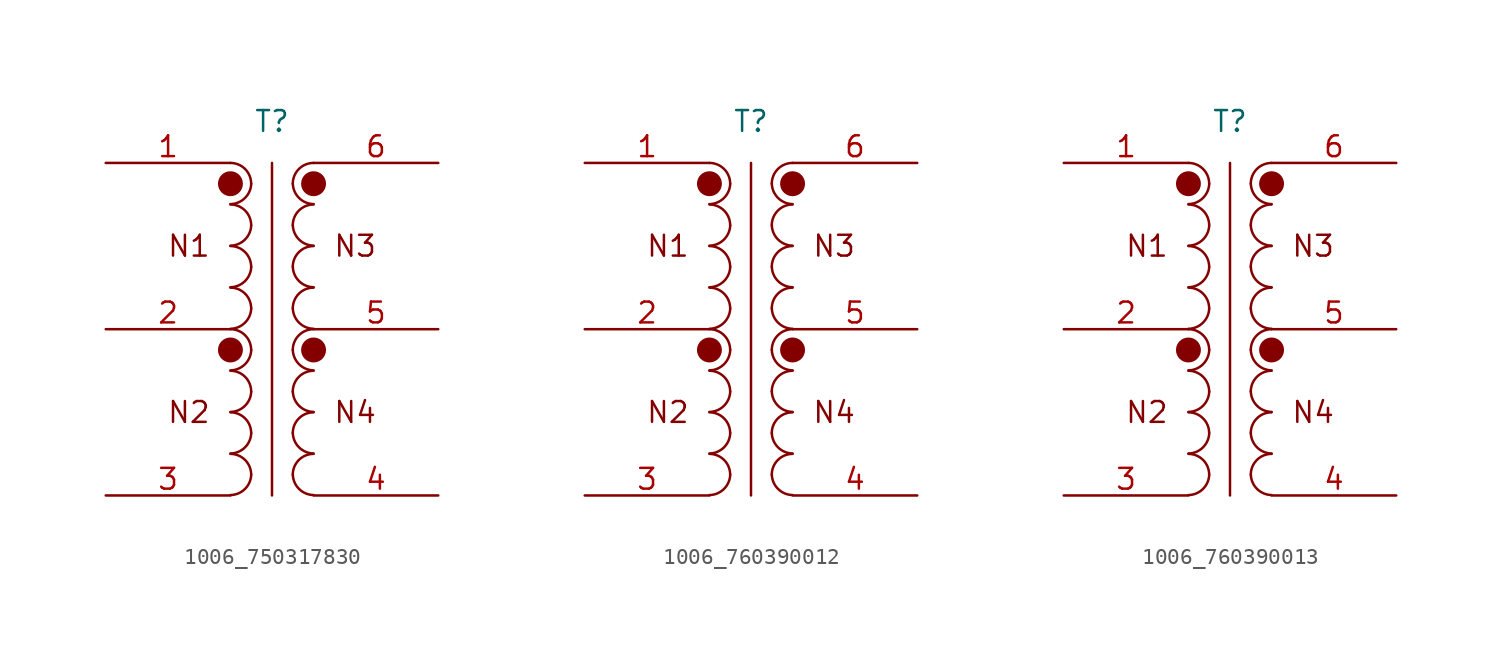
<source format=kicad_sym>
(kicad_symbol_lib
  (version 20220914)
  (generator kicad_symbol_editor)
  (symbol "1006_750317830"
    (pin_names hide)
    (property "Reference" "T"
      (at 0 12.7 0)
      (effects (font (size 1.27 1.27))))
    (property "Critical Parameter" ""
      (at 0 -5.08 0)
      (effects (font (size 1.27 1.27)) (justify left)))
    (symbol "1006_750317830_0_1"
      (arc (start -2.54 -10.1346) (mid -1.6561 -9.7663) (end -1.27 -8.89) (stroke (width 0) (type default)) (fill (type none)))
      (arc (start -2.54 -7.5946) (mid -1.6561 -7.2263) (end -1.27 -6.35) (stroke (width 0) (type default)) (fill (type none)))
      (arc (start -2.54 -5.0546) (mid -1.6561 -4.6863) (end -1.27 -3.81) (stroke (width 0) (type default)) (fill (type none)))
      (arc (start -2.54 -2.5146) (mid -1.6561 -2.1463) (end -1.27 -1.27) (stroke (width 0) (type default)) (fill (type none)))
      (arc (start -2.54 0.0254) (mid -1.6561 0.3937) (end -1.27 1.27) (stroke (width 0) (type default)) (fill (type none)))
      (arc (start -2.54 2.5654) (mid -1.6561 2.9337) (end -1.27 3.81) (stroke (width 0) (type default)) (fill (type none)))
      (arc (start -2.54 5.1054) (mid -1.6561 5.4737) (end -1.27 6.35) (stroke (width 0) (type default)) (fill (type none)))
      (arc (start -2.54 7.6454) (mid -1.6561 8.0137) (end -1.27 8.89) (stroke (width 0) (type default)) (fill (type none)))
      (arc (start -1.27 -8.89) (mid -1.642 -7.992) (end -2.54 -7.62) (stroke (width 0) (type default)) (fill (type none)))
      (arc (start -1.27 -6.35) (mid -1.642 -5.452) (end -2.54 -5.08) (stroke (width 0) (type default)) (fill (type none)))
      (arc (start -1.27 -3.81) (mid -1.642 -2.912) (end -2.54 -2.54) (stroke (width 0) (type default)) (fill (type none)))
      (arc (start -1.27 -1.27) (mid -1.642 -0.372) (end -2.54 0) (stroke (width 0) (type default)) (fill (type none)))
      (arc (start -1.27 1.27) (mid -1.642 2.168) (end -2.54 2.54) (stroke (width 0) (type default)) (fill (type none)))
      (arc (start -1.27 3.81) (mid -1.642 4.708) (end -2.54 5.08) (stroke (width 0) (type default)) (fill (type none)))
      (arc (start -1.27 6.35) (mid -1.642 7.248) (end -2.54 7.62) (stroke (width 0) (type default)) (fill (type none)))
      (arc (start -1.27 8.89) (mid -1.642 9.788) (end -2.54 10.16) (stroke (width 0) (type default)) (fill (type none)))
      (polyline (pts (xy 0 -10.16) (xy 0 10.16)) (stroke (width 0) (type default)) (fill (type none)))
      (arc (start 1.27 -8.89) (mid 1.6561 -9.7663) (end 2.54 -10.1346) (stroke (width 0) (type default)) (fill (type none)))
      (arc (start 1.27 -6.35) (mid 1.6561 -7.2263) (end 2.54 -7.5946) (stroke (width 0) (type default)) (fill (type none)))
      (arc (start 1.27 -3.81) (mid 1.6561 -4.6863) (end 2.54 -5.0546) (stroke (width 0) (type default)) (fill (type none)))
      (arc (start 1.27 -1.27) (mid 1.6561 -2.1463) (end 2.54 -2.5146) (stroke (width 0) (type default)) (fill (type none)))
      (arc (start 1.27 1.27) (mid 1.6561 0.3937) (end 2.54 0.0254) (stroke (width 0) (type default)) (fill (type none)))
      (arc (start 1.27 3.81) (mid 1.6561 2.9337) (end 2.54 2.5654) (stroke (width 0) (type default)) (fill (type none)))
      (arc (start 1.27 6.35) (mid 1.6561 5.4737) (end 2.54 5.1054) (stroke (width 0) (type default)) (fill (type none)))
      (arc (start 1.27 8.89) (mid 1.6561 8.0137) (end 2.54 7.6454) (stroke (width 0) (type default)) (fill (type none)))
      (arc (start 2.54 -7.62) (mid 1.642 -7.992) (end 1.27 -8.89) (stroke (width 0) (type default)) (fill (type none)))
      (arc (start 2.54 -5.08) (mid 1.642 -5.452) (end 1.27 -6.35) (stroke (width 0) (type default)) (fill (type none)))
      (arc (start 2.54 -2.54) (mid 1.642 -2.912) (end 1.27 -3.81) (stroke (width 0) (type default)) (fill (type none)))
      (arc (start 2.54 0) (mid 1.642 -0.372) (end 1.27 -1.27) (stroke (width 0) (type default)) (fill (type none)))
      (arc (start 2.54 2.54) (mid 1.642 2.168) (end 1.27 1.27) (stroke (width 0) (type default)) (fill (type none)))
      (arc (start 2.54 5.08) (mid 1.642 4.708) (end 1.27 3.81) (stroke (width 0) (type default)) (fill (type none)))
      (arc (start 2.54 7.62) (mid 1.642 7.248) (end 1.27 6.35) (stroke (width 0) (type default)) (fill (type none)))
      (arc (start 2.54 10.16) (mid 1.642 9.788) (end 1.27 8.89) (stroke (width 0) (type default)) (fill (type none))))
    (symbol "1006_750317830_1_1"
      (circle (center -2.54 -1.27) (radius 0.0001) (stroke (width 0.762) (type default)) (fill (type none)))
      (circle (center -2.54 8.89) (radius 0.0001) (stroke (width 0.762) (type default)) (fill (type none)))
      (circle (center 2.54 -1.27) (radius 0.0001) (stroke (width 0.762) (type default)) (fill (type none)))
      (circle (center 2.54 8.89) (radius 0.0001) (stroke (width 0.762) (type default)) (fill (type none)))
      (text "N1" (at -5.08 5.08 0) (effects (font (size 1.27 1.27))))
      (text "N2" (at -5.08 -5.08 0) (effects (font (size 1.27 1.27))))
      (text "N3" (at 5.08 5.08 0) (effects (font (size 1.27 1.27))))
      (text "N4" (at 5.08 -5.08 0) (effects (font (size 1.27 1.27))))
      (pin passive line (at -10.16 10.16 0) (length 7.62) (name "1" (effects (font (size 1.27 1.27)))) (number "1" (effects (font (size 1.27 1.27)))))
      (pin passive line (at -10.16 0 0) (length 7.62) (name "2" (effects (font (size 1.27 1.27)))) (number "2" (effects (font (size 1.27 1.27)))))
      (pin passive line (at -10.16 -10.16 0) (length 7.62) (name "3" (effects (font (size 1.27 1.27)))) (number "3" (effects (font (size 1.27 1.27)))))
      (pin passive line (at 10.16 -10.16 180) (length 7.62) (name "4" (effects (font (size 1.27 1.27)))) (number "4" (effects (font (size 1.27 1.27)))))
      (pin passive line (at 10.16 0 180) (length 7.62) (name "5" (effects (font (size 1.27 1.27)))) (number "5" (effects (font (size 1.27 1.27)))))
      (pin passive line (at 10.16 10.16 180) (length 7.62) (name "6" (effects (font (size 1.27 1.27)))) (number "6" (effects (font (size 1.27 1.27)))))))
  (symbol "1006_760390012"
    (pin_names hide)
    (property "Reference" "T"
      (at 0 12.7 0)
      (effects (font (size 1.27 1.27))))
    (property "Critical Parameter" ""
      (at 0 -5.08 0)
      (effects (font (size 1.27 1.27)) (justify left)))
    (symbol "1006_760390012_0_1"
      (arc (start -2.54 -10.1346) (mid -1.6561 -9.7663) (end -1.27 -8.89) (stroke (width 0) (type default)) (fill (type none)))
      (arc (start -2.54 -7.5946) (mid -1.6561 -7.2263) (end -1.27 -6.35) (stroke (width 0) (type default)) (fill (type none)))
      (arc (start -2.54 -5.0546) (mid -1.6561 -4.6863) (end -1.27 -3.81) (stroke (width 0) (type default)) (fill (type none)))
      (arc (start -2.54 -2.5146) (mid -1.6561 -2.1463) (end -1.27 -1.27) (stroke (width 0) (type default)) (fill (type none)))
      (arc (start -2.54 0.0254) (mid -1.6561 0.3937) (end -1.27 1.27) (stroke (width 0) (type default)) (fill (type none)))
      (arc (start -2.54 2.5654) (mid -1.6561 2.9337) (end -1.27 3.81) (stroke (width 0) (type default)) (fill (type none)))
      (arc (start -2.54 5.1054) (mid -1.6561 5.4737) (end -1.27 6.35) (stroke (width 0) (type default)) (fill (type none)))
      (arc (start -2.54 7.6454) (mid -1.6561 8.0137) (end -1.27 8.89) (stroke (width 0) (type default)) (fill (type none)))
      (arc (start -1.27 -8.89) (mid -1.642 -7.992) (end -2.54 -7.62) (stroke (width 0) (type default)) (fill (type none)))
      (arc (start -1.27 -6.35) (mid -1.642 -5.452) (end -2.54 -5.08) (stroke (width 0) (type default)) (fill (type none)))
      (arc (start -1.27 -3.81) (mid -1.642 -2.912) (end -2.54 -2.54) (stroke (width 0) (type default)) (fill (type none)))
      (arc (start -1.27 -1.27) (mid -1.642 -0.372) (end -2.54 0) (stroke (width 0) (type default)) (fill (type none)))
      (arc (start -1.27 1.27) (mid -1.642 2.168) (end -2.54 2.54) (stroke (width 0) (type default)) (fill (type none)))
      (arc (start -1.27 3.81) (mid -1.642 4.708) (end -2.54 5.08) (stroke (width 0) (type default)) (fill (type none)))
      (arc (start -1.27 6.35) (mid -1.642 7.248) (end -2.54 7.62) (stroke (width 0) (type default)) (fill (type none)))
      (arc (start -1.27 8.89) (mid -1.642 9.788) (end -2.54 10.16) (stroke (width 0) (type default)) (fill (type none)))
      (polyline (pts (xy 0 -10.16) (xy 0 10.16)) (stroke (width 0) (type default)) (fill (type none)))
      (arc (start 1.27 -8.89) (mid 1.6561 -9.7663) (end 2.54 -10.1346) (stroke (width 0) (type default)) (fill (type none)))
      (arc (start 1.27 -6.35) (mid 1.6561 -7.2263) (end 2.54 -7.5946) (stroke (width 0) (type default)) (fill (type none)))
      (arc (start 1.27 -3.81) (mid 1.6561 -4.6863) (end 2.54 -5.0546) (stroke (width 0) (type default)) (fill (type none)))
      (arc (start 1.27 -1.27) (mid 1.6561 -2.1463) (end 2.54 -2.5146) (stroke (width 0) (type default)) (fill (type none)))
      (arc (start 1.27 1.27) (mid 1.6561 0.3937) (end 2.54 0.0254) (stroke (width 0) (type default)) (fill (type none)))
      (arc (start 1.27 3.81) (mid 1.6561 2.9337) (end 2.54 2.5654) (stroke (width 0) (type default)) (fill (type none)))
      (arc (start 1.27 6.35) (mid 1.6561 5.4737) (end 2.54 5.1054) (stroke (width 0) (type default)) (fill (type none)))
      (arc (start 1.27 8.89) (mid 1.6561 8.0137) (end 2.54 7.6454) (stroke (width 0) (type default)) (fill (type none)))
      (arc (start 2.54 -7.62) (mid 1.642 -7.992) (end 1.27 -8.89) (stroke (width 0) (type default)) (fill (type none)))
      (arc (start 2.54 -5.08) (mid 1.642 -5.452) (end 1.27 -6.35) (stroke (width 0) (type default)) (fill (type none)))
      (arc (start 2.54 -2.54) (mid 1.642 -2.912) (end 1.27 -3.81) (stroke (width 0) (type default)) (fill (type none)))
      (arc (start 2.54 0) (mid 1.642 -0.372) (end 1.27 -1.27) (stroke (width 0) (type default)) (fill (type none)))
      (arc (start 2.54 2.54) (mid 1.642 2.168) (end 1.27 1.27) (stroke (width 0) (type default)) (fill (type none)))
      (arc (start 2.54 5.08) (mid 1.642 4.708) (end 1.27 3.81) (stroke (width 0) (type default)) (fill (type none)))
      (arc (start 2.54 7.62) (mid 1.642 7.248) (end 1.27 6.35) (stroke (width 0) (type default)) (fill (type none)))
      (arc (start 2.54 10.16) (mid 1.642 9.788) (end 1.27 8.89) (stroke (width 0) (type default)) (fill (type none))))
    (symbol "1006_760390012_1_1"
      (circle (center -2.54 -1.27) (radius 0.0001) (stroke (width 0.762) (type default)) (fill (type none)))
      (circle (center -2.54 8.89) (radius 0.0001) (stroke (width 0.762) (type default)) (fill (type none)))
      (circle (center 2.54 -1.27) (radius 0.0001) (stroke (width 0.762) (type default)) (fill (type none)))
      (circle (center 2.54 8.89) (radius 0.0001) (stroke (width 0.762) (type default)) (fill (type none)))
      (text "N1" (at -5.08 5.08 0) (effects (font (size 1.27 1.27))))
      (text "N2" (at -5.08 -5.08 0) (effects (font (size 1.27 1.27))))
      (text "N3" (at 5.08 5.08 0) (effects (font (size 1.27 1.27))))
      (text "N4" (at 5.08 -5.08 0) (effects (font (size 1.27 1.27))))
      (pin passive line (at -10.16 10.16 0) (length 7.62) (name "1" (effects (font (size 1.27 1.27)))) (number "1" (effects (font (size 1.27 1.27)))))
      (pin passive line (at -10.16 0 0) (length 7.62) (name "2" (effects (font (size 1.27 1.27)))) (number "2" (effects (font (size 1.27 1.27)))))
      (pin passive line (at -10.16 -10.16 0) (length 7.62) (name "3" (effects (font (size 1.27 1.27)))) (number "3" (effects (font (size 1.27 1.27)))))
      (pin passive line (at 10.16 -10.16 180) (length 7.62) (name "4" (effects (font (size 1.27 1.27)))) (number "4" (effects (font (size 1.27 1.27)))))
      (pin passive line (at 10.16 0 180) (length 7.62) (name "5" (effects (font (size 1.27 1.27)))) (number "5" (effects (font (size 1.27 1.27)))))
      (pin passive line (at 10.16 10.16 180) (length 7.62) (name "6" (effects (font (size 1.27 1.27)))) (number "6" (effects (font (size 1.27 1.27)))))))
  (symbol "1006_760390013"
    (pin_names hide)
    (property "Reference" "T"
      (at 0 12.7 0)
      (effects (font (size 1.27 1.27))))
    (property "Critical Parameter" ""
      (at 0 -5.08 0)
      (effects (font (size 1.27 1.27)) (justify left)))
    (symbol "1006_760390013_0_1"
      (arc (start -2.54 -10.1346) (mid -1.6561 -9.7663) (end -1.27 -8.89) (stroke (width 0) (type default)) (fill (type none)))
      (arc (start -2.54 -7.5946) (mid -1.6561 -7.2263) (end -1.27 -6.35) (stroke (width 0) (type default)) (fill (type none)))
      (arc (start -2.54 -5.0546) (mid -1.6561 -4.6863) (end -1.27 -3.81) (stroke (width 0) (type default)) (fill (type none)))
      (arc (start -2.54 -2.5146) (mid -1.6561 -2.1463) (end -1.27 -1.27) (stroke (width 0) (type default)) (fill (type none)))
      (arc (start -2.54 0.0254) (mid -1.6561 0.3937) (end -1.27 1.27) (stroke (width 0) (type default)) (fill (type none)))
      (arc (start -2.54 2.5654) (mid -1.6561 2.9337) (end -1.27 3.81) (stroke (width 0) (type default)) (fill (type none)))
      (arc (start -2.54 5.1054) (mid -1.6561 5.4737) (end -1.27 6.35) (stroke (width 0) (type default)) (fill (type none)))
      (arc (start -2.54 7.6454) (mid -1.6561 8.0137) (end -1.27 8.89) (stroke (width 0) (type default)) (fill (type none)))
      (arc (start -1.27 -8.89) (mid -1.642 -7.992) (end -2.54 -7.62) (stroke (width 0) (type default)) (fill (type none)))
      (arc (start -1.27 -6.35) (mid -1.642 -5.452) (end -2.54 -5.08) (stroke (width 0) (type default)) (fill (type none)))
      (arc (start -1.27 -3.81) (mid -1.642 -2.912) (end -2.54 -2.54) (stroke (width 0) (type default)) (fill (type none)))
      (arc (start -1.27 -1.27) (mid -1.642 -0.372) (end -2.54 0) (stroke (width 0) (type default)) (fill (type none)))
      (arc (start -1.27 1.27) (mid -1.642 2.168) (end -2.54 2.54) (stroke (width 0) (type default)) (fill (type none)))
      (arc (start -1.27 3.81) (mid -1.642 4.708) (end -2.54 5.08) (stroke (width 0) (type default)) (fill (type none)))
      (arc (start -1.27 6.35) (mid -1.642 7.248) (end -2.54 7.62) (stroke (width 0) (type default)) (fill (type none)))
      (arc (start -1.27 8.89) (mid -1.642 9.788) (end -2.54 10.16) (stroke (width 0) (type default)) (fill (type none)))
      (polyline (pts (xy 0 -10.16) (xy 0 10.16)) (stroke (width 0) (type default)) (fill (type none)))
      (arc (start 1.27 -8.89) (mid 1.6561 -9.7663) (end 2.54 -10.1346) (stroke (width 0) (type default)) (fill (type none)))
      (arc (start 1.27 -6.35) (mid 1.6561 -7.2263) (end 2.54 -7.5946) (stroke (width 0) (type default)) (fill (type none)))
      (arc (start 1.27 -3.81) (mid 1.6561 -4.6863) (end 2.54 -5.0546) (stroke (width 0) (type default)) (fill (type none)))
      (arc (start 1.27 -1.27) (mid 1.6561 -2.1463) (end 2.54 -2.5146) (stroke (width 0) (type default)) (fill (type none)))
      (arc (start 1.27 1.27) (mid 1.6561 0.3937) (end 2.54 0.0254) (stroke (width 0) (type default)) (fill (type none)))
      (arc (start 1.27 3.81) (mid 1.6561 2.9337) (end 2.54 2.5654) (stroke (width 0) (type default)) (fill (type none)))
      (arc (start 1.27 6.35) (mid 1.6561 5.4737) (end 2.54 5.1054) (stroke (width 0) (type default)) (fill (type none)))
      (arc (start 1.27 8.89) (mid 1.6561 8.0137) (end 2.54 7.6454) (stroke (width 0) (type default)) (fill (type none)))
      (arc (start 2.54 -7.62) (mid 1.642 -7.992) (end 1.27 -8.89) (stroke (width 0) (type default)) (fill (type none)))
      (arc (start 2.54 -5.08) (mid 1.642 -5.452) (end 1.27 -6.35) (stroke (width 0) (type default)) (fill (type none)))
      (arc (start 2.54 -2.54) (mid 1.642 -2.912) (end 1.27 -3.81) (stroke (width 0) (type default)) (fill (type none)))
      (arc (start 2.54 0) (mid 1.642 -0.372) (end 1.27 -1.27) (stroke (width 0) (type default)) (fill (type none)))
      (arc (start 2.54 2.54) (mid 1.642 2.168) (end 1.27 1.27) (stroke (width 0) (type default)) (fill (type none)))
      (arc (start 2.54 5.08) (mid 1.642 4.708) (end 1.27 3.81) (stroke (width 0) (type default)) (fill (type none)))
      (arc (start 2.54 7.62) (mid 1.642 7.248) (end 1.27 6.35) (stroke (width 0) (type default)) (fill (type none)))
      (arc (start 2.54 10.16) (mid 1.642 9.788) (end 1.27 8.89) (stroke (width 0) (type default)) (fill (type none))))
    (symbol "1006_760390013_1_1"
      (circle (center -2.54 -1.27) (radius 0.0001) (stroke (width 0.762) (type default)) (fill (type none)))
      (circle (center -2.54 8.89) (radius 0.0001) (stroke (width 0.762) (type default)) (fill (type none)))
      (circle (center 2.54 -1.27) (radius 0.0001) (stroke (width 0.762) (type default)) (fill (type none)))
      (circle (center 2.54 8.89) (radius 0.0001) (stroke (width 0.762) (type default)) (fill (type none)))
      (text "N1" (at -5.08 5.08 0) (effects (font (size 1.27 1.27))))
      (text "N2" (at -5.08 -5.08 0) (effects (font (size 1.27 1.27))))
      (text "N3" (at 5.08 5.08 0) (effects (font (size 1.27 1.27))))
      (text "N4" (at 5.08 -5.08 0) (effects (font (size 1.27 1.27))))
      (pin passive line (at -10.16 10.16 0) (length 7.62) (name "1" (effects (font (size 1.27 1.27)))) (number "1" (effects (font (size 1.27 1.27)))))
      (pin passive line (at -10.16 0 0) (length 7.62) (name "2" (effects (font (size 1.27 1.27)))) (number "2" (effects (font (size 1.27 1.27)))))
      (pin passive line (at -10.16 -10.16 0) (length 7.62) (name "3" (effects (font (size 1.27 1.27)))) (number "3" (effects (font (size 1.27 1.27)))))
      (pin passive line (at 10.16 -10.16 180) (length 7.62) (name "4" (effects (font (size 1.27 1.27)))) (number "4" (effects (font (size 1.27 1.27)))))
      (pin passive line (at 10.16 0 180) (length 7.62) (name "5" (effects (font (size 1.27 1.27)))) (number "5" (effects (font (size 1.27 1.27)))))
      (pin passive line (at 10.16 10.16 180) (length 7.62) (name "6" (effects (font (size 1.27 1.27)))) (number "6" (effects (font (size 1.27 1.27))))))))
</source>
